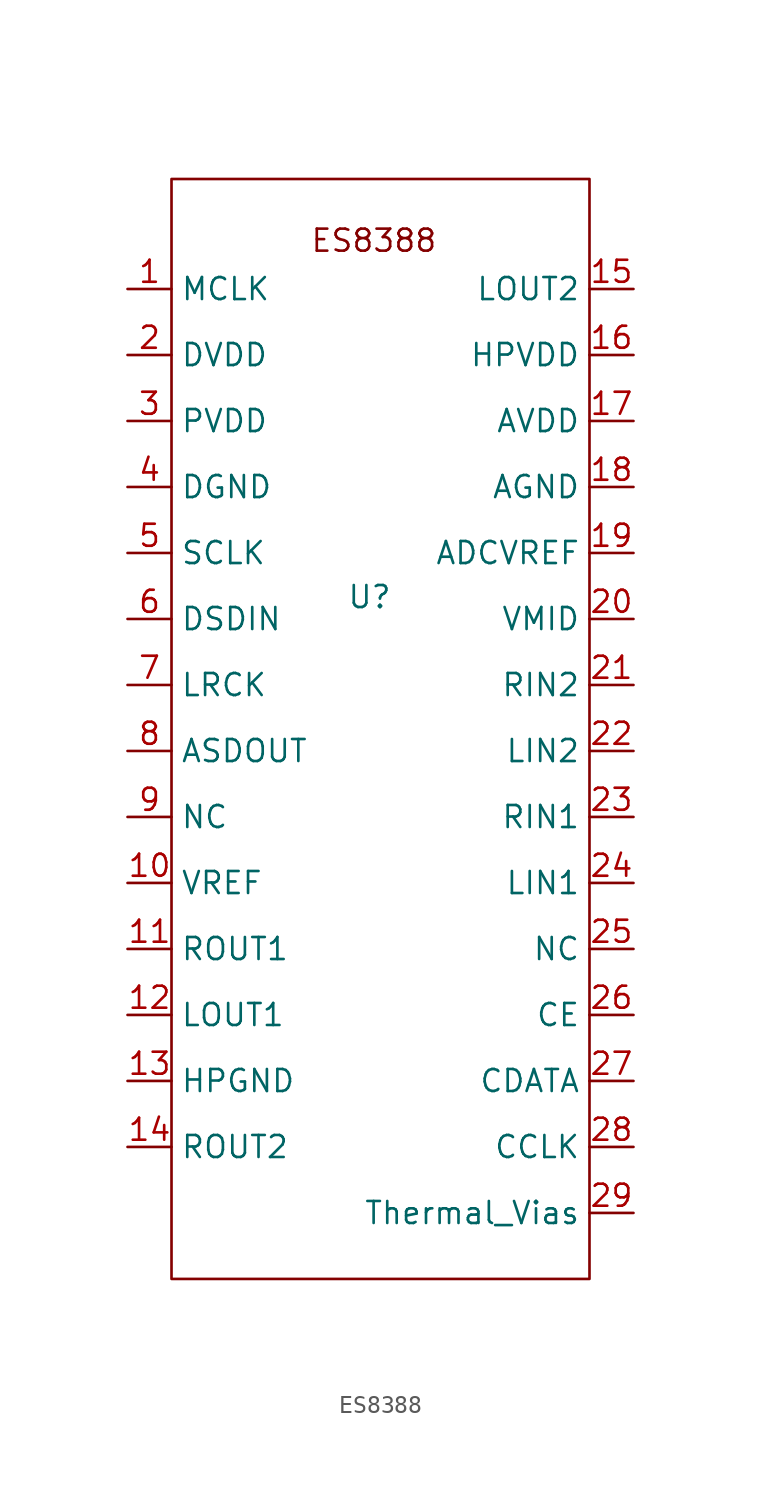
<source format=kicad_sym>
(kicad_symbol_lib
  (version 20231120)
  (generator "kicad_symbol_editor")
  (generator_version "8.0")
  (symbol "ES8388"
    (property "Reference" "U"
      (at 0 0 0)
      (effects (font (size 1.27 1.27))))
    (property "Value" ""
      (at 0 0 0)
      (effects (font (size 1.27 1.27))))
    (symbol "ES8388_0_1"
      (rectangle (start -11.43 24.13) (end 12.7 -39.37) (stroke (width 0) (type default)) (fill (type none))))
    (symbol "ES8388_1_1"
      (text "ES8388" (at 0.254 20.574 0) (effects (font (size 1.27 1.27))))
      (pin input line (at -13.97 17.78 0) (length 2.54) (name "MCLK" (effects (font (size 1.27 1.27)))) (number "1" (effects (font (size 1.27 1.27)))))
      (pin input line (at -13.97 -16.51 0) (length 2.54) (name "VREF" (effects (font (size 1.27 1.27)))) (number "10" (effects (font (size 1.27 1.27)))))
      (pin input line (at -13.97 -20.32 0) (length 2.54) (name "ROUT1" (effects (font (size 1.27 1.27)))) (number "11" (effects (font (size 1.27 1.27)))))
      (pin input line (at -13.97 -24.13 0) (length 2.54) (name "LOUT1" (effects (font (size 1.27 1.27)))) (number "12" (effects (font (size 1.27 1.27)))))
      (pin input line (at -13.97 -27.94 0) (length 2.54) (name "HPGND" (effects (font (size 1.27 1.27)))) (number "13" (effects (font (size 1.27 1.27)))))
      (pin input line (at -13.97 -31.75 0) (length 2.54) (name "ROUT2" (effects (font (size 1.27 1.27)))) (number "14" (effects (font (size 1.27 1.27)))))
      (pin input line (at 15.24 17.78 180) (length 2.54) (name "LOUT2" (effects (font (size 1.27 1.27)))) (number "15" (effects (font (size 1.27 1.27)))))
      (pin input line (at 15.24 13.97 180) (length 2.54) (name "HPVDD" (effects (font (size 1.27 1.27)))) (number "16" (effects (font (size 1.27 1.27)))))
      (pin input line (at 15.24 10.16 180) (length 2.54) (name "AVDD" (effects (font (size 1.27 1.27)))) (number "17" (effects (font (size 1.27 1.27)))))
      (pin input line (at 15.24 6.35 180) (length 2.54) (name "AGND" (effects (font (size 1.27 1.27)))) (number "18" (effects (font (size 1.27 1.27)))))
      (pin input line (at 15.24 2.54 180) (length 2.54) (name "ADCVREF" (effects (font (size 1.27 1.27)))) (number "19" (effects (font (size 1.27 1.27)))))
      (pin input line (at -13.97 13.97 0) (length 2.54) (name "DVDD" (effects (font (size 1.27 1.27)))) (number "2" (effects (font (size 1.27 1.27)))))
      (pin input line (at 15.24 -1.27 180) (length 2.54) (name "VMID" (effects (font (size 1.27 1.27)))) (number "20" (effects (font (size 1.27 1.27)))))
      (pin input line (at 15.24 -5.08 180) (length 2.54) (name "RIN2" (effects (font (size 1.27 1.27)))) (number "21" (effects (font (size 1.27 1.27)))))
      (pin input line (at 15.24 -8.89 180) (length 2.54) (name "LIN2" (effects (font (size 1.27 1.27)))) (number "22" (effects (font (size 1.27 1.27)))))
      (pin input line (at 15.24 -12.7 180) (length 2.54) (name "RIN1" (effects (font (size 1.27 1.27)))) (number "23" (effects (font (size 1.27 1.27)))))
      (pin input line (at 15.24 -16.51 180) (length 2.54) (name "LIN1" (effects (font (size 1.27 1.27)))) (number "24" (effects (font (size 1.27 1.27)))))
      (pin input line (at 15.24 -20.32 180) (length 2.54) (name "NC" (effects (font (size 1.27 1.27)))) (number "25" (effects (font (size 1.27 1.27)))))
      (pin input line (at 15.24 -24.13 180) (length 2.54) (name "CE" (effects (font (size 1.27 1.27)))) (number "26" (effects (font (size 1.27 1.27)))))
      (pin input line (at 15.24 -27.94 180) (length 2.54) (name "CDATA" (effects (font (size 1.27 1.27)))) (number "27" (effects (font (size 1.27 1.27)))))
      (pin input line (at 15.24 -31.75 180) (length 2.54) (name "CCLK" (effects (font (size 1.27 1.27)))) (number "28" (effects (font (size 1.27 1.27)))))
      (pin input line (at 15.24 -35.56 180) (length 2.54) (name "Thermal_Vias" (effects (font (size 1.27 1.27)))) (number "29" (effects (font (size 1.27 1.27)))))
      (pin input line (at -13.97 10.16 0) (length 2.54) (name "PVDD" (effects (font (size 1.27 1.27)))) (number "3" (effects (font (size 1.27 1.27)))))
      (pin input line (at -13.97 6.35 0) (length 2.54) (name "DGND" (effects (font (size 1.27 1.27)))) (number "4" (effects (font (size 1.27 1.27)))))
      (pin input line (at -13.97 2.54 0) (length 2.54) (name "SCLK" (effects (font (size 1.27 1.27)))) (number "5" (effects (font (size 1.27 1.27)))))
      (pin input line (at -13.97 -1.27 0) (length 2.54) (name "DSDIN" (effects (font (size 1.27 1.27)))) (number "6" (effects (font (size 1.27 1.27)))))
      (pin input line (at -13.97 -5.08 0) (length 2.54) (name "LRCK" (effects (font (size 1.27 1.27)))) (number "7" (effects (font (size 1.27 1.27)))))
      (pin input line (at -13.97 -8.89 0) (length 2.54) (name "ASDOUT" (effects (font (size 1.27 1.27)))) (number "8" (effects (font (size 1.27 1.27)))))
      (pin input line (at -13.97 -12.7 0) (length 2.54) (name "NC" (effects (font (size 1.27 1.27)))) (number "9" (effects (font (size 1.27 1.27))))))))
</source>
